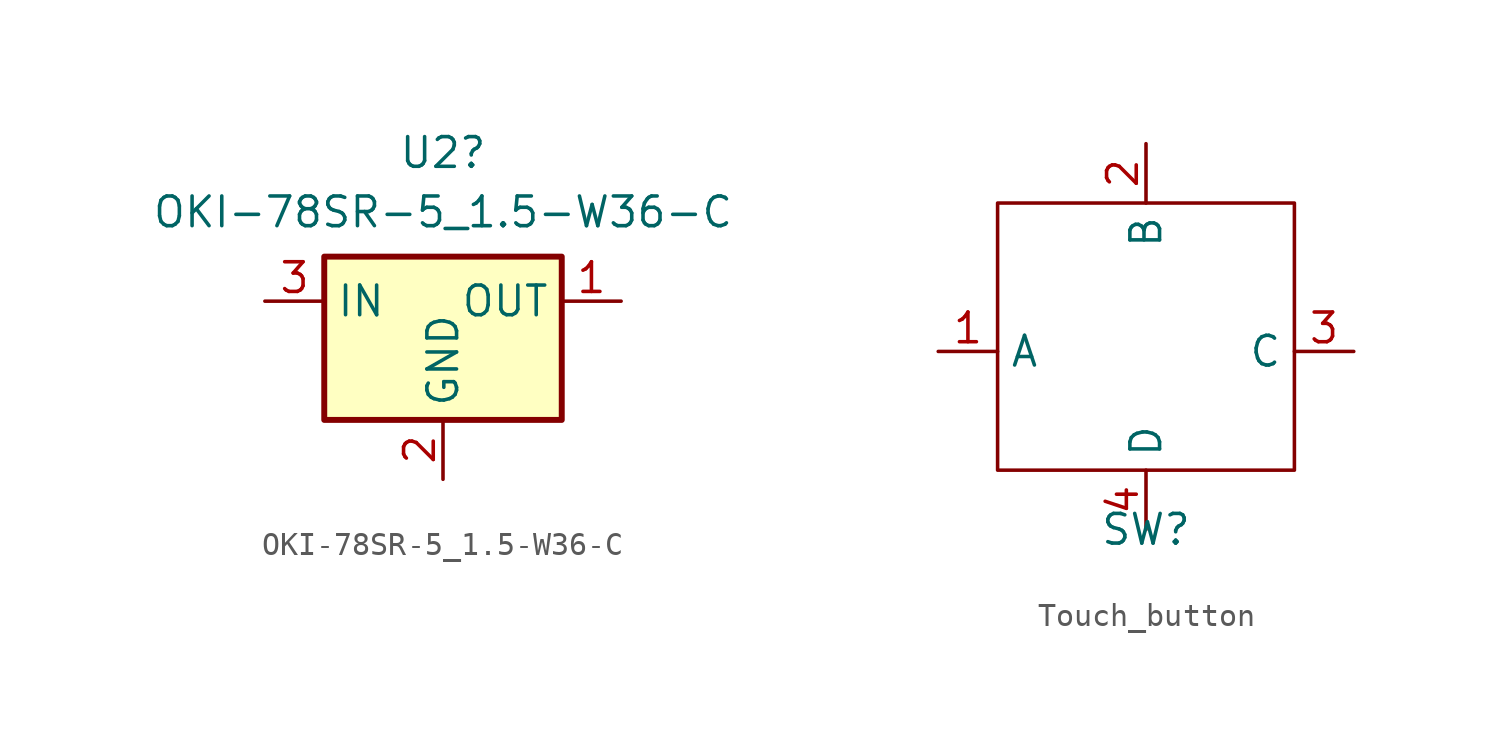
<source format=kicad_sym>
(kicad_symbol_lib
  (version 20231120)
  (generator "kicad_symbol_editor")
  (generator_version "8.0")
  (symbol "OKI-78SR-5_1.5-W36-C"
    (property "Reference" "U2"
      (at 0 6.35 0)
      (effects (font (size 1.27 1.27))))
    (property "Value" "OKI-78SR-5_1.5-W36-C"
      (at 0 3.81 0)
      (effects (font (size 1.27 1.27))))
    (symbol "OKI-78SR-5_1.5-W36-C_0_1"
      (rectangle (start -5.08 1.905) (end 5.08 -5.08) (stroke (width 0.254) (type default)) (fill (type background))))
    (symbol "OKI-78SR-5_1.5-W36-C_1_1"
      (pin power_out line (at 7.62 0 180) (length 2.54) (name "OUT" (effects (font (size 1.27 1.27)))) (number "1" (effects (font (size 1.27 1.27)))))
      (pin power_in line (at 0 -7.62 90) (length 2.54) (name "GND" (effects (font (size 1.27 1.27)))) (number "2" (effects (font (size 1.27 1.27)))))
      (pin power_in line (at -7.62 0 0) (length 2.54) (name "IN" (effects (font (size 1.27 1.27)))) (number "3" (effects (font (size 1.27 1.27)))))))
  (symbol "Touch_button"
    (property "Reference" "SW"
      (at 0 0 0)
      (effects (font (size 1.27 1.27))))
    (property "Value" ""
      (at 0 0 0)
      (effects (font (size 1.27 1.27))))
    (symbol "Touch_button_0_1"
      (rectangle (start -6.35 13.97) (end 6.35 2.54) (stroke (width 0) (type default)) (fill (type none))))
    (symbol "Touch_button_1_1"
      (pin passive line (at -8.89 7.62 0) (length 2.54) (name "A" (effects (font (size 1.27 1.27)))) (number "1" (effects (font (size 1.27 1.27)))))
      (pin passive line (at 0 16.51 270) (length 2.54) (name "B" (effects (font (size 1.27 1.27)))) (number "2" (effects (font (size 1.27 1.27)))))
      (pin passive line (at 8.89 7.62 180) (length 2.54) (name "C" (effects (font (size 1.27 1.27)))) (number "3" (effects (font (size 1.27 1.27)))))
      (pin passive line (at 0 0 90) (length 2.54) (name "D" (effects (font (size 1.27 1.27)))) (number "4" (effects (font (size 1.27 1.27))))))))
</source>
